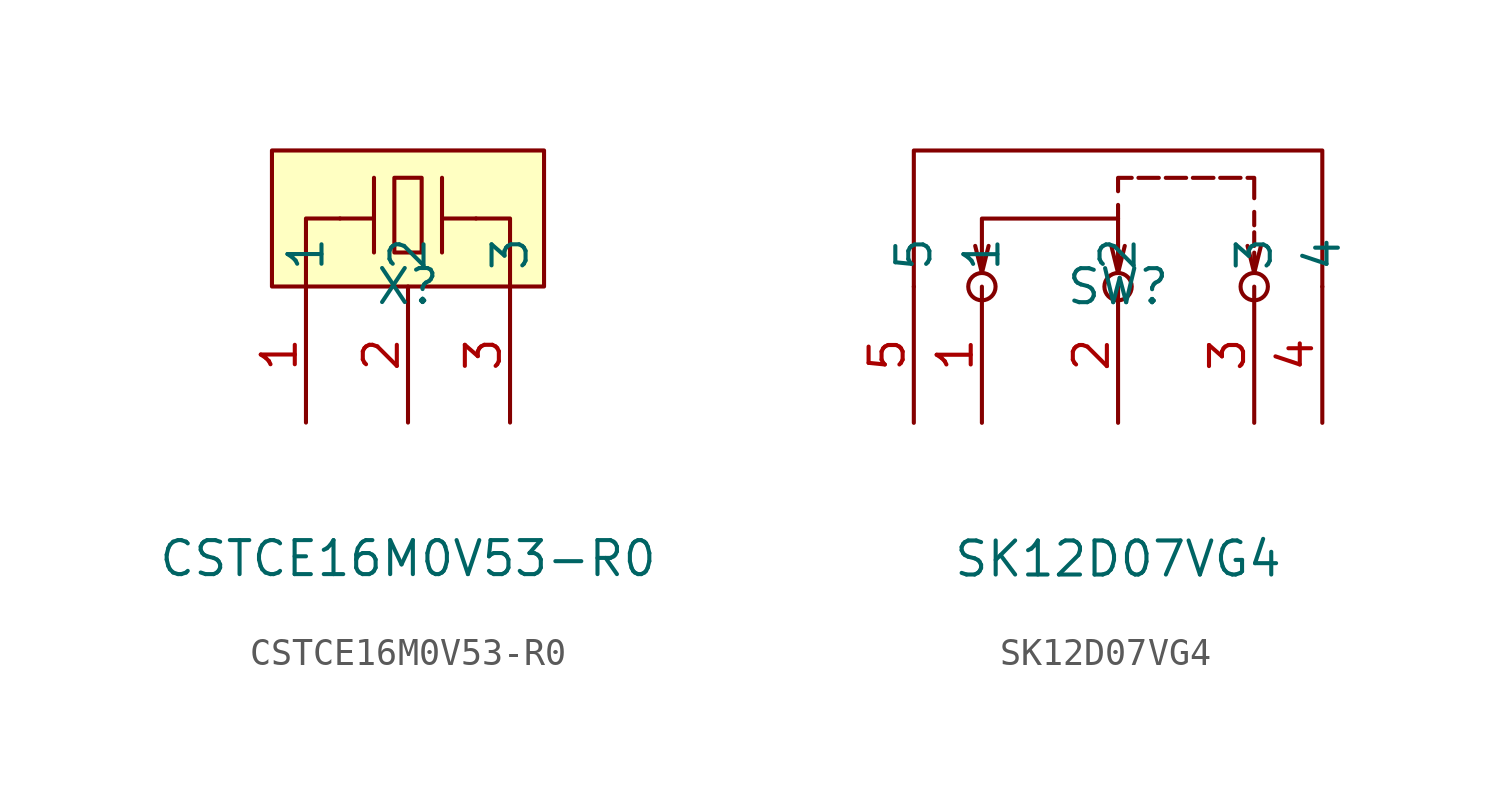
<source format=kicad_sym>
(kicad_symbol_lib
  (version 20211014)
  (generator https://github.com/uPesy/easyeda2kicad.py)
  (symbol "CSTCE16M0V53-R0"
    (property "Reference" "X"
      (at 0 0.00 0)
      (effects (font (size 1.27 1.27))))
    (property "Value" "CSTCE16M0V53-R0"
      (at 0 -10.16 0)
      (effects (font (size 1.27 1.27))))
    (symbol "CSTCE16M0V53-R0_0_1"
      (rectangle (start -5.08 5.08) (end 5.08 0.00) (stroke (width 0) (type default) (color 0 0 0 0)) (fill (type background)))
      (polyline (pts (xy 0.51 1.27) (xy 0.00 1.27) (xy -0.51 1.27) (xy -0.51 4.06) (xy 0.51 4.06) (xy 0.51 1.27)) (stroke (width 0) (type default) (color 0 0 0 0)) (fill (type background)))
      (polyline (pts (xy 1.27 1.27) (xy 1.27 4.06)) (stroke (width 0) (type default) (color 0 0 0 0)) (fill (type none)))
      (polyline (pts (xy -1.27 1.27) (xy -1.27 4.06)) (stroke (width 0) (type default) (color 0 0 0 0)) (fill (type none)))
      (polyline (pts (xy -1.27 2.54) (xy -2.54 2.54)) (stroke (width 0) (type default) (color 0 0 0 0)) (fill (type none)))
      (polyline (pts (xy 1.27 2.54) (xy 2.54 2.54)) (stroke (width 0) (type default) (color 0 0 0 0)) (fill (type none)))
      (polyline (pts (xy -2.54 2.54) (xy -3.81 2.54) (xy -3.81 -0.00)) (stroke (width 0) (type default) (color 0 0 0 0)) (fill (type none)))
      (polyline (pts (xy 2.54 2.54) (xy 3.81 2.54) (xy 3.81 -0.00)) (stroke (width 0) (type default) (color 0 0 0 0)) (fill (type none)))
      (pin unspecified line (at -3.81 -5.08 90) (length 5.08) (name "1" (effects (font (size 1.27 1.27)))) (number "1" (effects (font (size 1.27 1.27)))))
      (pin unspecified line (at 0.00 -5.08 90) (length 5.08) (name "2" (effects (font (size 1.27 1.27)))) (number "2" (effects (font (size 1.27 1.27)))))
      (pin unspecified line (at 3.81 -5.08 90) (length 5.08) (name "3" (effects (font (size 1.27 1.27)))) (number "3" (effects (font (size 1.27 1.27)))))))
  (symbol "SK12D07VG4"
    (property "Reference" "SW"
      (at 0 0.00 0)
      (effects (font (size 1.27 1.27))))
    (property "Value" "SK12D07VG4"
      (at 0 -10.16 0)
      (effects (font (size 1.27 1.27))))
    (symbol "SK12D07VG4_0_1"
      (circle (center -5.08 -0.00) (radius 0.51) (stroke (width 0) (type default) (color 0 0 0 0)) (fill (type none)))
      (circle (center 0.00 -0.00) (radius 0.51) (stroke (width 0) (type default) (color 0 0 0 0)) (fill (type none)))
      (circle (center 5.08 -0.00) (radius 0.51) (stroke (width 0) (type default) (color 0 0 0 0)) (fill (type none)))
      (polyline (pts (xy -5.08 0.51) (xy -5.08 2.54) (xy 0.00 2.54) (xy 0.00 0.51) (xy 0.25 1.52)) (stroke (width 0) (type default) (color 0 0 0 0)) (fill (type none)))
      (polyline (pts (xy 0.00 0.51) (xy -0.25 1.52)) (stroke (width 0) (type default) (color 0 0 0 0)) (fill (type none)))
      (polyline (pts (xy -5.08 0.51) (xy -4.83 1.52) (xy -4.83 1.52)) (stroke (width 0) (type default) (color 0 0 0 0)) (fill (type none)))
      (polyline (pts (xy -5.08 0.51) (xy -5.33 1.52)) (stroke (width 0) (type default) (color 0 0 0 0)) (fill (type none)))
      (polyline (pts (xy 0.00 2.54) (xy 0.00 3.05)) (stroke (width 0) (type default) (color 0 0 0 0)) (fill (type none)))
      (polyline (pts (xy 0.00 3.56) (xy 0.00 4.06) (xy 0.51 4.06)) (stroke (width 0) (type default) (color 0 0 0 0)) (fill (type none)))
      (polyline (pts (xy 0.76 4.06) (xy 1.52 4.06)) (stroke (width 0) (type default) (color 0 0 0 0)) (fill (type none)))
      (polyline (pts (xy 1.78 4.06) (xy 2.54 4.06)) (stroke (width 0) (type default) (color 0 0 0 0)) (fill (type none)))
      (polyline (pts (xy 2.79 4.06) (xy 3.56 4.06)) (stroke (width 0) (type default) (color 0 0 0 0)) (fill (type none)))
      (polyline (pts (xy 3.81 4.06) (xy 4.57 4.06)) (stroke (width 0) (type default) (color 0 0 0 0)) (fill (type none)))
      (polyline (pts (xy 4.83 4.06) (xy 5.08 4.06) (xy 5.08 3.30)) (stroke (width 0) (type default) (color 0 0 0 0)) (fill (type none)))
      (polyline (pts (xy 5.08 2.79) (xy 5.08 2.29)) (stroke (width 0) (type default) (color 0 0 0 0)) (fill (type none)))
      (polyline (pts (xy 5.08 2.03) (xy 5.08 1.52)) (stroke (width 0) (type default) (color 0 0 0 0)) (fill (type none)))
      (polyline (pts (xy 5.08 1.27) (xy 5.08 0.51) (xy 5.33 1.52)) (stroke (width 0) (type default) (color 0 0 0 0)) (fill (type none)))
      (polyline (pts (xy 5.08 0.51) (xy 4.83 1.52)) (stroke (width 0) (type default) (color 0 0 0 0)) (fill (type none)))
      (polyline (pts (xy -7.62 -0.00) (xy -7.62 5.08) (xy 7.62 5.08) (xy 7.62 -0.00)) (stroke (width 0) (type default) (color 0 0 0 0)) (fill (type none)))
      (pin unspecified line (at -5.08 -5.08 90) (length 5.08) (name "1" (effects (font (size 1.27 1.27)))) (number "1" (effects (font (size 1.27 1.27)))))
      (pin unspecified line (at 0.00 -5.08 90) (length 5.08) (name "2" (effects (font (size 1.27 1.27)))) (number "2" (effects (font (size 1.27 1.27)))))
      (pin unspecified line (at 5.08 -5.08 90) (length 5.08) (name "3" (effects (font (size 1.27 1.27)))) (number "3" (effects (font (size 1.27 1.27)))))
      (pin unspecified line (at 7.62 -5.08 90) (length 5.08) (name "4" (effects (font (size 1.27 1.27)))) (number "4" (effects (font (size 1.27 1.27)))))
      (pin unspecified line (at -7.62 -5.08 90) (length 5.08) (name "5" (effects (font (size 1.27 1.27)))) (number "5" (effects (font (size 1.27 1.27))))))))
</source>
